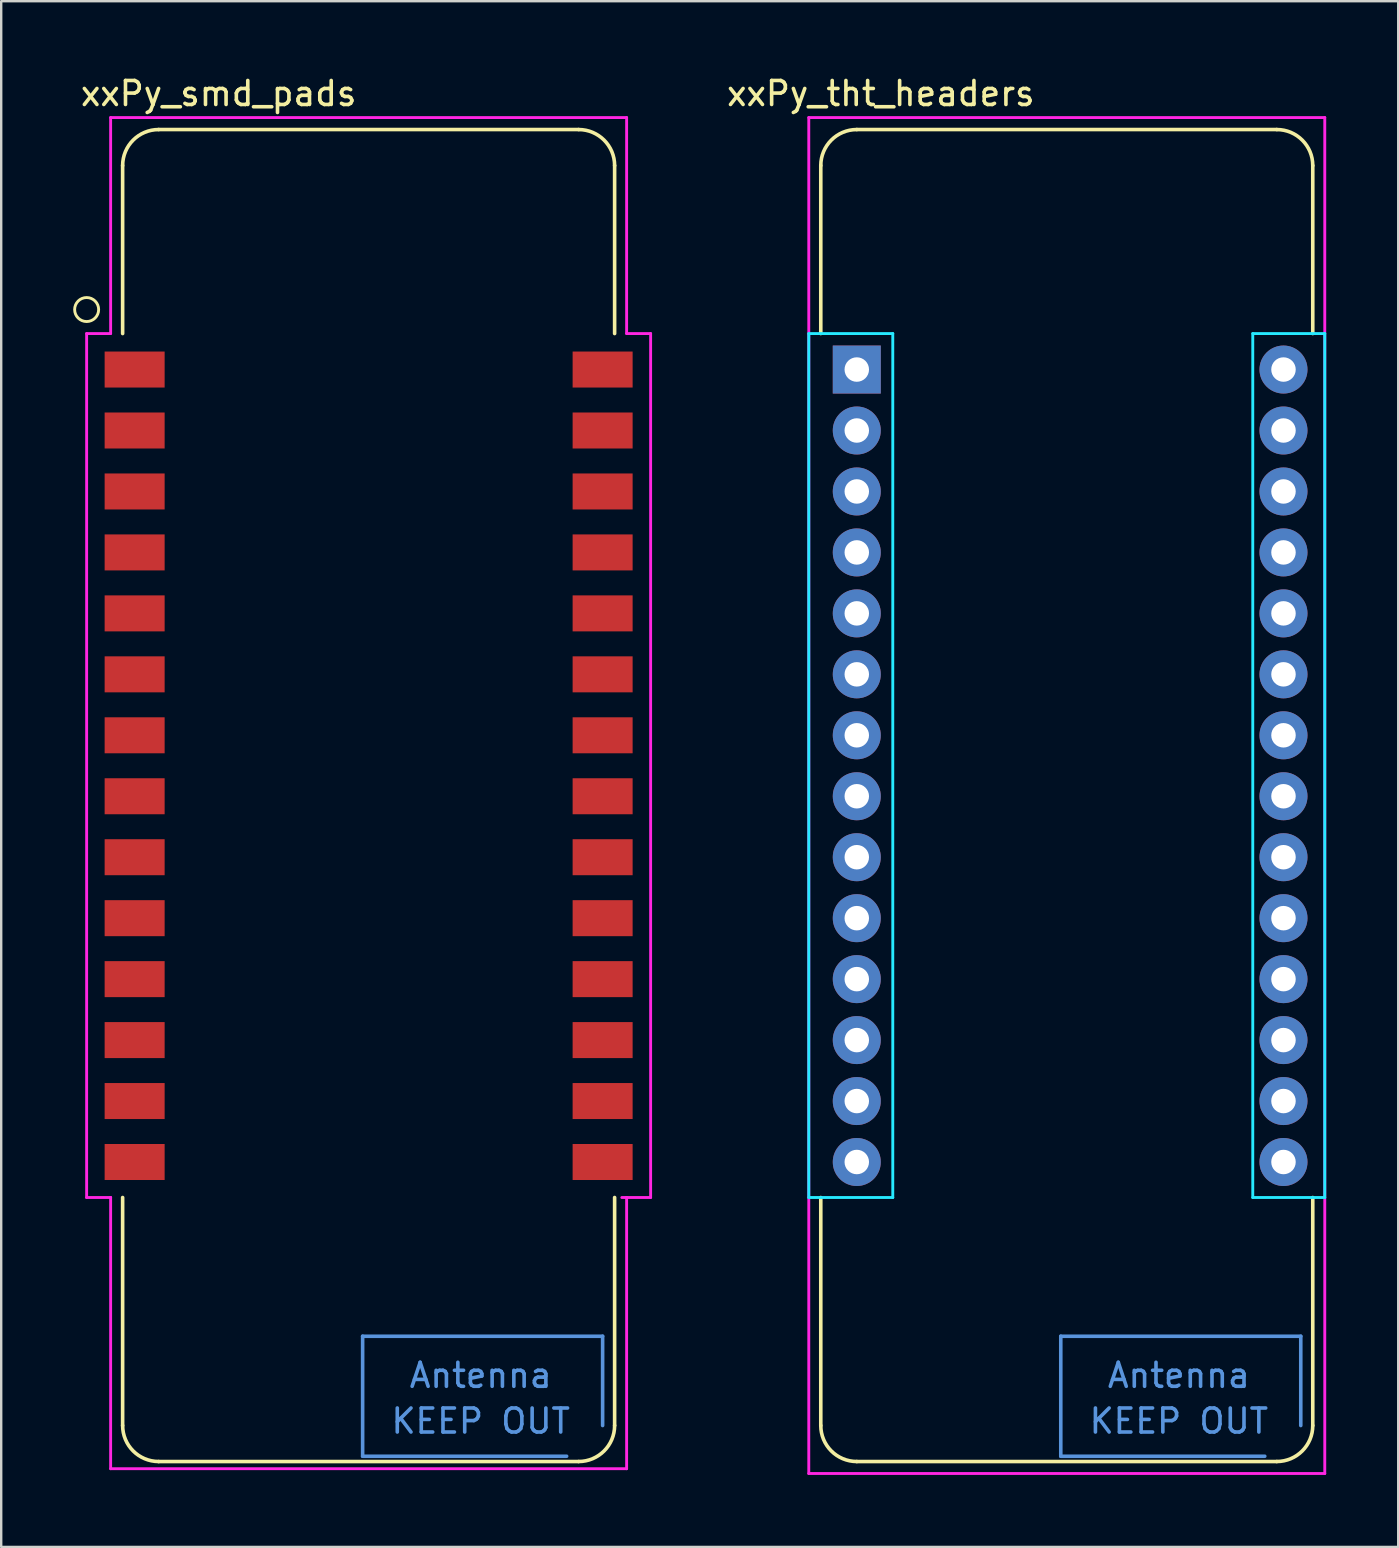
<source format=kicad_pcb>
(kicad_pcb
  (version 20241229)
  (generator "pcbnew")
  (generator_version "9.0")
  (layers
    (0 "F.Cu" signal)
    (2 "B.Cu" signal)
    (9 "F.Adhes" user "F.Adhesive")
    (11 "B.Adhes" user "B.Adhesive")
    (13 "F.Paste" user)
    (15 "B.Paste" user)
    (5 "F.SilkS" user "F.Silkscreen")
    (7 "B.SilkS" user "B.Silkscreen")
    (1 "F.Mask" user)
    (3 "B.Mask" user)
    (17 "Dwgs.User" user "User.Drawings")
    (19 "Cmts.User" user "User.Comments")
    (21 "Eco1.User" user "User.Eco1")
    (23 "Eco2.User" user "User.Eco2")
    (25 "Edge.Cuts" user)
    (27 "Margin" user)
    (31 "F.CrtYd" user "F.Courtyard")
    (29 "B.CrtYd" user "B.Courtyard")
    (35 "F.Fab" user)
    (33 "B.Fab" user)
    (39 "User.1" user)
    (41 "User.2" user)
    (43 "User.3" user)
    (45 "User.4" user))
  (footprint "xxPy_smd_pads"
    (layer "F.Cu")
    (at 13.06 31.848)
    (property "Reference" "xxPy_smd_pads" (at -7 -31 0) (layer "F.SilkS") (effects (font (size 1 1) (thickness 0.15))))
    (attr through_hole)
    (fp_line (start -11 -28) (end -11 -21) (stroke (width 0.15) (type solid)) (layer "F.SilkS"))
    (fp_line (start -11 24.5) (end -11 15) (stroke (width 0.15) (type solid)) (layer "F.SilkS"))
    (fp_line (start -9.5 -29.5) (end 8 -29.5) (stroke (width 0.15) (type solid)) (layer "F.SilkS"))
    (fp_line (start 8 26) (end -9.5 26) (stroke (width 0.15) (type solid)) (layer "F.SilkS"))
    (fp_line (start 9.5 -28) (end 9.5 -21) (stroke (width 0.15) (type solid)) (layer "F.SilkS"))
    (fp_line (start 9.5 15) (end 9.5 24.5) (stroke (width 0.15) (type solid)) (layer "F.SilkS"))
    (fp_arc (start -11 -28) (mid -10.56066 -29.06066) (end -9.5 -29.5) (stroke (width 0.15) (type solid)) (layer "F.SilkS"))
    (fp_arc (start -9.5 26) (mid -10.56066 25.56066) (end -11 24.5) (stroke (width 0.15) (type solid)) (layer "F.SilkS"))
    (fp_arc (start 8 -29.5) (mid 9.06066 -29.06066) (end 9.5 -28) (stroke (width 0.15) (type solid)) (layer "F.SilkS"))
    (fp_arc (start 9.5 24.5) (mid 9.06066 25.56066) (end 8 26) (stroke (width 0.15) (type solid)) (layer "F.SilkS"))
    (fp_circle (center -12.5 -22) (end -12.5 -21.5) (stroke (width 0.12) (type solid)) (fill no) (layer "F.SilkS"))
    (fp_line (start -1 20.78) (end -1 25.78) (stroke (width 0.15) (type solid)) (layer "Cmts.User"))
    (fp_line (start -1 25.78) (end 7.5 25.78) (stroke (width 0.15) (type solid)) (layer "Cmts.User"))
    (fp_line (start 9 20.78) (end -1 20.78) (stroke (width 0.15) (type solid)) (layer "Cmts.User"))
    (fp_line (start 9 24.5) (end 9 20.78) (stroke (width 0.15) (type solid)) (layer "Cmts.User"))
    (fp_line (start -12.5 15) (end -12.5 -21) (stroke (width 0.12) (type solid)) (layer "F.CrtYd"))
    (fp_line (start -11.5 -30) (end -11.5 -21) (stroke (width 0.12) (type solid)) (layer "F.CrtYd"))
    (fp_line (start -11.5 -30) (end 10 -30) (stroke (width 0.12) (type solid)) (layer "F.CrtYd"))
    (fp_line (start -11.5 -21) (end -12.5 -21) (stroke (width 0.12) (type solid)) (layer "F.CrtYd"))
    (fp_line (start -11.5 15) (end -12.5 15) (stroke (width 0.12) (type solid)) (layer "F.CrtYd"))
    (fp_line (start -11.5 15) (end -11.5 15) (stroke (width 0.12) (type solid)) (layer "F.CrtYd"))
    (fp_line (start -11.5 26.3) (end -11.5 15) (stroke (width 0.12) (type solid)) (layer "F.CrtYd"))
    (fp_line (start 10 -30) (end 10 -21) (stroke (width 0.12) (type solid)) (layer "F.CrtYd"))
    (fp_line (start 10 -21) (end 11 -21) (stroke (width 0.12) (type solid)) (layer "F.CrtYd"))
    (fp_line (start 10 15) (end 9.8 15) (stroke (width 0.12) (type solid)) (layer "F.CrtYd"))
    (fp_line (start 10 26.3) (end -11.5 26.3) (stroke (width 0.12) (type solid)) (layer "F.CrtYd"))
    (fp_line (start 10 26.3) (end 10 15) (stroke (width 0.12) (type solid)) (layer "F.CrtYd"))
    (fp_line (start 11 -21) (end 11 15) (stroke (width 0.12) (type solid)) (layer "F.CrtYd"))
    (fp_line (start 11 15) (end 10 15) (stroke (width 0.12) (type solid)) (layer "F.CrtYd"))
    (fp_text user "KEEP OUT" (at 3.92 24.315 0) (layer "Cmts.User") (effects (font (size 1 1) (thickness 0.15))))
    (fp_text user "Antenna" (at 3.92 22.41 0) (layer "Cmts.User") (effects (font (size 1 1) (thickness 0.15))))
    (pad "1" smd rect (at -10.5 -19.5 270) (size 1.5 2.5) (layers "F.Cu" "F.Mask" "F.Paste"))
    (pad "2" smd rect (at -10.5 -16.96 270) (size 1.5 2.5) (layers "F.Cu" "F.Mask" "F.Paste"))
    (pad "3" smd rect (at -10.5 -14.42 270) (size 1.5 2.5) (layers "F.Cu" "F.Mask" "F.Paste"))
    (pad "4" smd rect (at -10.5 -11.88 270) (size 1.5 2.5) (layers "F.Cu" "F.Mask" "F.Paste"))
    (pad "5" smd rect (at -10.5 -9.34 270) (size 1.5 2.5) (layers "F.Cu" "F.Mask" "F.Paste"))
    (pad "6" smd rect (at -10.5 -6.8 270) (size 1.5 2.5) (layers "F.Cu" "F.Mask" "F.Paste"))
    (pad "7" smd rect (at -10.5 -4.26 270) (size 1.5 2.5) (layers "F.Cu" "F.Mask" "F.Paste"))
    (pad "8" smd rect (at -10.5 -1.72 270) (size 1.5 2.5) (layers "F.Cu" "F.Mask" "F.Paste"))
    (pad "9" smd rect (at -10.5 0.82 270) (size 1.5 2.5) (layers "F.Cu" "F.Mask" "F.Paste"))
    (pad "10" smd rect (at -10.5 3.36 270) (size 1.5 2.5) (layers "F.Cu" "F.Mask" "F.Paste"))
    (pad "11" smd rect (at -10.5 5.9 270) (size 1.5 2.5) (layers "F.Cu" "F.Mask" "F.Paste"))
    (pad "12" smd rect (at -10.5 8.44 270) (size 1.5 2.5) (layers "F.Cu" "F.Mask" "F.Paste"))
    (pad "13" smd rect (at -10.5 10.98 270) (size 1.5 2.5) (layers "F.Cu" "F.Mask" "F.Paste"))
    (pad "14" smd rect (at -10.5 13.52 270) (size 1.5 2.5) (layers "F.Cu" "F.Mask" "F.Paste"))
    (pad "15" smd rect (at 9 13.52 270) (size 1.5 2.5) (layers "F.Cu" "F.Mask" "F.Paste"))
    (pad "16" smd rect (at 9 10.98 270) (size 1.5 2.5) (layers "F.Cu" "F.Mask" "F.Paste"))
    (pad "17" smd rect (at 9 8.44 270) (size 1.5 2.5) (layers "F.Cu" "F.Mask" "F.Paste"))
    (pad "18" smd rect (at 9 5.9 270) (size 1.5 2.5) (layers "F.Cu" "F.Mask" "F.Paste"))
    (pad "19" smd rect (at 9 3.36 270) (size 1.5 2.5) (layers "F.Cu" "F.Mask" "F.Paste"))
    (pad "20" smd rect (at 9 0.82 270) (size 1.5 2.5) (layers "F.Cu" "F.Mask" "F.Paste"))
    (pad "21" smd rect (at 9 -1.72 270) (size 1.5 2.5) (layers "F.Cu" "F.Mask" "F.Paste"))
    (pad "22" smd rect (at 9 -4.26 270) (size 1.5 2.5) (layers "F.Cu" "F.Mask" "F.Paste"))
    (pad "23" smd rect (at 9 -6.8 270) (size 1.5 2.5) (layers "F.Cu" "F.Mask" "F.Paste"))
    (pad "24" smd rect (at 9 -9.34 270) (size 1.5 2.5) (layers "F.Cu" "F.Mask" "F.Paste"))
    (pad "25" smd rect (at 9 -11.88 270) (size 1.5 2.5) (layers "F.Cu" "F.Mask" "F.Paste"))
    (pad "26" smd rect (at 9 -14.42 270) (size 1.5 2.5) (layers "F.Cu" "F.Mask" "F.Paste"))
    (pad "27" smd rect (at 9 -16.96 270) (size 1.5 2.5) (layers "F.Cu" "F.Mask" "F.Paste"))
    (pad "28" smd rect (at 9 -19.5 270) (size 1.5 2.5) (layers "F.Cu" "F.Mask" "F.Paste")))
  (footprint "xxPy_tht_headers"
    (layer "F.Cu")
    (at 42.15 31.848)
    (property "Reference" "xxPy_tht_headers" (at -8.5 -31 0) (layer "F.SilkS") (effects (font (size 1 1) (thickness 0.15))))
    (attr through_hole)
    (fp_line (start -11 -28) (end -11 -21) (stroke (width 0.15) (type solid)) (layer "F.SilkS"))
    (fp_line (start -11 24.5) (end -11 15) (stroke (width 0.15) (type solid)) (layer "F.SilkS"))
    (fp_line (start -9.5 -29.5) (end 8 -29.5) (stroke (width 0.15) (type solid)) (layer "F.SilkS"))
    (fp_line (start 8 26) (end -9.5 26) (stroke (width 0.15) (type solid)) (layer "F.SilkS"))
    (fp_line (start 9.5 -28) (end 9.5 -21) (stroke (width 0.15) (type solid)) (layer "F.SilkS"))
    (fp_line (start 9.5 15) (end 9.5 24.5) (stroke (width 0.15) (type solid)) (layer "F.SilkS"))
    (fp_arc (start -11 -28) (mid -10.56066 -29.06066) (end -9.5 -29.5) (stroke (width 0.15) (type solid)) (layer "F.SilkS"))
    (fp_arc (start -9.5 26) (mid -10.56066 25.56066) (end -11 24.5) (stroke (width 0.15) (type solid)) (layer "F.SilkS"))
    (fp_arc (start 8 -29.5) (mid 9.06066 -29.06066) (end 9.5 -28) (stroke (width 0.15) (type solid)) (layer "F.SilkS"))
    (fp_arc (start 9.5 24.5) (mid 9.06066 25.56066) (end 8 26) (stroke (width 0.15) (type solid)) (layer "F.SilkS"))
    (fp_line (start -1 20.78) (end -1 25.78) (stroke (width 0.15) (type solid)) (layer "Cmts.User"))
    (fp_line (start -1 25.78) (end 7.5 25.78) (stroke (width 0.15) (type solid)) (layer "Cmts.User"))
    (fp_line (start 9 20.78) (end -1 20.78) (stroke (width 0.15) (type solid)) (layer "Cmts.User"))
    (fp_line (start 9 24.5) (end 9 20.78) (stroke (width 0.15) (type solid)) (layer "Cmts.User"))
    (fp_line (start -11.5 -21) (end -8 -21) (stroke (width 0.12) (type solid)) (layer "B.CrtYd"))
    (fp_line (start -11.5 15) (end -11.5 -21) (stroke (width 0.12) (type solid)) (layer "B.CrtYd"))
    (fp_line (start -8 -21) (end -8 15) (stroke (width 0.12) (type solid)) (layer "B.CrtYd"))
    (fp_line (start -8 15) (end -11.5 15) (stroke (width 0.12) (type solid)) (layer "B.CrtYd"))
    (fp_line (start 7 -21) (end 10 -21) (stroke (width 0.12) (type solid)) (layer "B.CrtYd"))
    (fp_line (start 7 15) (end 7 -21) (stroke (width 0.12) (type solid)) (layer "B.CrtYd"))
    (fp_line (start 10 -21) (end 10 15) (stroke (width 0.12) (type solid)) (layer "B.CrtYd"))
    (fp_line (start 10 15) (end 7 15) (stroke (width 0.12) (type solid)) (layer "B.CrtYd"))
    (fp_line (start -11.5 -30) (end 10 -30) (stroke (width 0.12) (type solid)) (layer "F.CrtYd"))
    (fp_line (start -11.5 26.5) (end -11.5 -30) (stroke (width 0.12) (type solid)) (layer "F.CrtYd"))
    (fp_line (start 10 -30) (end 10 26.5) (stroke (width 0.12) (type solid)) (layer "F.CrtYd"))
    (fp_line (start 10 26.5) (end -11.5 26.5) (stroke (width 0.12) (type solid)) (layer "F.CrtYd"))
    (fp_text user "KEEP OUT" (at 3.92 24.315 0) (layer "Cmts.User") (effects (font (size 1 1) (thickness 0.15))))
    (fp_text user "Antenna" (at 3.92 22.41 0) (layer "Cmts.User") (effects (font (size 1 1) (thickness 0.15))))
    (pad "1" thru_hole rect (at -9.5 -19.5 270) (size 2 2) (drill 1.02) (layers "*.Cu" "*.Mask"))
    (pad "2" thru_hole circle (at -9.5 -16.96 270) (size 2 2) (drill 1.02) (layers "*.Cu" "*.Mask"))
    (pad "3" thru_hole circle (at -9.5 -14.42 270) (size 2 2) (drill 1.02) (layers "*.Cu" "*.Mask"))
    (pad "4" thru_hole circle (at -9.5 -11.88 270) (size 2 2) (drill 1.02) (layers "*.Cu" "*.Mask"))
    (pad "5" thru_hole circle (at -9.5 -9.34 270) (size 2 2) (drill 1.02) (layers "*.Cu" "*.Mask"))
    (pad "6" thru_hole circle (at -9.5 -6.8 270) (size 2 2) (drill 1.02) (layers "*.Cu" "*.Mask"))
    (pad "7" thru_hole circle (at -9.5 -4.26 270) (size 2 2) (drill 1.02) (layers "*.Cu" "*.Mask"))
    (pad "8" thru_hole circle (at -9.5 -1.72 270) (size 2 2) (drill 1.02) (layers "*.Cu" "*.Mask"))
    (pad "9" thru_hole circle (at -9.5 0.82 270) (size 2 2) (drill 1.02) (layers "*.Cu" "*.Mask"))
    (pad "10" thru_hole circle (at -9.5 3.36 270) (size 2 2) (drill 1.02) (layers "*.Cu" "*.Mask"))
    (pad "11" thru_hole circle (at -9.5 5.9 270) (size 2 2) (drill 1.02) (layers "*.Cu" "*.Mask"))
    (pad "12" thru_hole circle (at -9.5 8.44 270) (size 2 2) (drill 1.02) (layers "*.Cu" "*.Mask"))
    (pad "13" thru_hole circle (at -9.5 10.98 270) (size 2 2) (drill 1.02) (layers "*.Cu" "*.Mask"))
    (pad "14" thru_hole circle (at -9.5 13.52 270) (size 2 2) (drill 1.02) (layers "*.Cu" "*.Mask"))
    (pad "15" thru_hole circle (at 8.28 13.52 270) (size 2 2) (drill 1.02) (layers "*.Cu" "*.Mask"))
    (pad "16" thru_hole circle (at 8.28 10.98 270) (size 2 2) (drill 1.02) (layers "*.Cu" "*.Mask"))
    (pad "17" thru_hole circle (at 8.28 8.44 270) (size 2 2) (drill 1.02) (layers "*.Cu" "*.Mask"))
    (pad "18" thru_hole circle (at 8.28 5.9 270) (size 2 2) (drill 1.02) (layers "*.Cu" "*.Mask"))
    (pad "19" thru_hole circle (at 8.28 3.36 270) (size 2 2) (drill 1.02) (layers "*.Cu" "*.Mask"))
    (pad "20" thru_hole circle (at 8.28 0.82 270) (size 2 2) (drill 1.02) (layers "*.Cu" "*.Mask"))
    (pad "21" thru_hole circle (at 8.28 -1.72 270) (size 2 2) (drill 1.02) (layers "*.Cu" "*.Mask"))
    (pad "22" thru_hole circle (at 8.28 -4.26 270) (size 2 2) (drill 1.02) (layers "*.Cu" "*.Mask"))
    (pad "23" thru_hole circle (at 8.28 -6.8 270) (size 2 2) (drill 1.02) (layers "*.Cu" "*.Mask"))
    (pad "24" thru_hole circle (at 8.28 -9.34 270) (size 2 2) (drill 1.02) (layers "*.Cu" "*.Mask"))
    (pad "25" thru_hole circle (at 8.28 -11.88 270) (size 2 2) (drill 1.02) (layers "*.Cu" "*.Mask"))
    (pad "26" thru_hole circle (at 8.28 -14.42 270) (size 2 2) (drill 1.02) (layers "*.Cu" "*.Mask"))
    (pad "27" thru_hole circle (at 8.28 -16.96 270) (size 2 2) (drill 1.02) (layers "*.Cu" "*.Mask"))
    (pad "28" thru_hole circle (at 8.28 -19.5 270) (size 2 2) (drill 1.02) (layers "*.Cu" "*.Mask")))
  (gr_rect
    (start -3 -3)
    (end 55.21 61.408)
    (stroke (width 0.1) (type default))
    (fill no)
    (layer "Edge.Cuts")))
</source>
